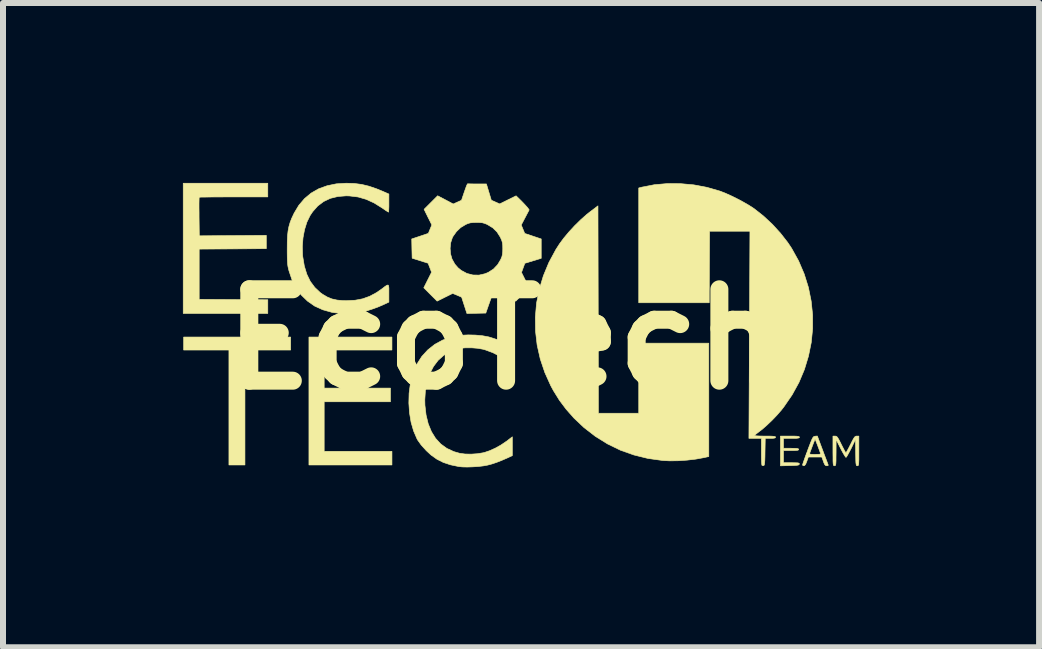
<source format=kicad_pcb>
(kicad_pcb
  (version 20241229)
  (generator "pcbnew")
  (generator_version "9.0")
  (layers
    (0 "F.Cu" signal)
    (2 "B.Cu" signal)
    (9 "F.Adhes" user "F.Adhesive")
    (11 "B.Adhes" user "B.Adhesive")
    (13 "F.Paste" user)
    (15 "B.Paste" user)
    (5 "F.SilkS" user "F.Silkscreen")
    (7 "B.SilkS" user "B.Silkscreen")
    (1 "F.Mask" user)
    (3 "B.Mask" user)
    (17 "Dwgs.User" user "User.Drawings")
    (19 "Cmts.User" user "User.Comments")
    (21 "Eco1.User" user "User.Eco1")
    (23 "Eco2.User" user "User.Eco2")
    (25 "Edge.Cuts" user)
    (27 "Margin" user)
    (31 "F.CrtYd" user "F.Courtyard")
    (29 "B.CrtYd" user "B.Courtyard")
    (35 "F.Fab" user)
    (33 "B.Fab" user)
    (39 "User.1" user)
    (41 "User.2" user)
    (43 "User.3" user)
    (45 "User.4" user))
  (footprint "EcoTech"
    (layer "F.Cu")
    (at 5.352 2.608)
    (property "Reference" "EcoTech" (at 0 0 0) (layer "F.SilkS") (effects (font (size 1.524 1.524) (thickness 0.3))))
    (attr through_hole)
    (fp_poly (pts (xy -3.556 0.178) (xy -4.318 0.178) (xy -4.318 2.095) (xy -4.585 2.095) (xy -4.585 0.178) (xy -5.34 0.178) (xy -5.34 -0.038) (xy -3.556 -0.038) (xy -3.556 0.178)) (stroke (width 0.01) (type solid)) (fill yes) (layer "F.SilkS"))
    (fp_poly (pts (xy -1.867 0.178) (xy -2.997 0.178) (xy -2.997 0.813) (xy -1.892 0.813) (xy -1.892 1.041) (xy -2.997 1.041) (xy -2.997 1.867) (xy -1.867 1.867) (xy -1.867 2.095) (xy -3.251 2.095) (xy -3.251 -0.038) (xy -1.867 -0.038) (xy -1.867 0.178)) (stroke (width 0.01) (type solid)) (fill yes) (layer "F.SilkS"))
    (fp_poly (pts (xy -3.937 -2.375) (xy -4.506 -2.375) (xy -4.624 -2.375) (xy -4.734 -2.374) (xy -4.833 -2.374) (xy -4.919 -2.373) (xy -4.989 -2.372) (xy -5.042 -2.372) (xy -5.073 -2.37) (xy -5.081 -2.37) (xy -5.082 -2.356) (xy -5.083 -2.32) (xy -5.084 -2.266) (xy -5.084 -2.197) (xy -5.083 -2.117) (xy -5.083 -2.045) (xy -5.079 -1.726) (xy -4.521 -1.73) (xy -3.962 -1.734) (xy -3.962 -1.623) (xy -3.962 -1.512) (xy -4.522 -1.508) (xy -5.081 -1.505) (xy -5.081 -0.667) (xy -3.937 -0.66) (xy -3.937 -0.432) (xy -5.347 -0.432) (xy -5.347 -2.603) (xy -3.937 -2.603) (xy -3.937 -2.375)) (stroke (width 0.01) (type solid)) (fill yes) (layer "F.SilkS"))
    (fp_poly (pts (xy 1.572 -0.497) (xy 1.575 1.232) (xy 2.248 1.232) (xy 2.248 0.064) (xy 3.416 0.064) (xy 3.416 1.954) (xy 3.331 1.973) (xy 3.199 1.997) (xy 3.054 2.014) (xy 2.905 2.024) (xy 2.762 2.026) (xy 2.648 2.02) (xy 2.403 1.986) (xy 2.167 1.928) (xy 1.942 1.848) (xy 1.728 1.744) (xy 1.525 1.618) (xy 1.334 1.47) (xy 1.168 1.313) (xy 1.038 1.166) (xy 0.926 1.017) (xy 0.826 0.856) (xy 0.782 0.775) (xy 0.682 0.553) (xy 0.606 0.327) (xy 0.554 0.096) (xy 0.527 -0.136) (xy 0.524 -0.37) (xy 0.544 -0.603) (xy 0.589 -0.833) (xy 0.658 -1.06) (xy 0.75 -1.282) (xy 0.866 -1.497) (xy 0.927 -1.592) (xy 0.998 -1.688) (xy 1.084 -1.791) (xy 1.181 -1.896) (xy 1.282 -1.995) (xy 1.382 -2.084) (xy 1.441 -2.13) (xy 1.568 -2.226) (xy 1.572 -0.497)) (stroke (width 0.01) (type solid)) (fill yes) (layer "F.SilkS"))
    (fp_poly (pts (xy 4.836 1.613) (xy 4.882 1.615) (xy 4.91 1.618) (xy 4.924 1.624) (xy 4.928 1.632) (xy 4.928 1.632) (xy 4.924 1.641) (xy 4.909 1.646) (xy 4.879 1.65) (xy 4.829 1.651) (xy 4.794 1.651) (xy 4.661 1.651) (xy 4.661 1.816) (xy 4.788 1.816) (xy 4.847 1.817) (xy 4.885 1.819) (xy 4.906 1.824) (xy 4.914 1.831) (xy 4.915 1.835) (xy 4.911 1.844) (xy 4.895 1.85) (xy 4.865 1.853) (xy 4.814 1.854) (xy 4.788 1.854) (xy 4.661 1.854) (xy 4.661 2.057) (xy 4.795 2.057) (xy 4.855 2.058) (xy 4.894 2.059) (xy 4.915 2.063) (xy 4.925 2.069) (xy 4.925 2.079) (xy 4.925 2.08) (xy 4.921 2.089) (xy 4.908 2.096) (xy 4.884 2.1) (xy 4.844 2.103) (xy 4.784 2.105) (xy 4.766 2.105) (xy 4.61 2.109) (xy 4.61 1.613) (xy 4.769 1.613) (xy 4.836 1.613)) (stroke (width 0.01) (type solid)) (fill yes) (layer "F.SilkS"))
    (fp_poly (pts (xy 5.315 1.85) (xy 5.342 1.923) (xy 5.367 1.988) (xy 5.387 2.041) (xy 5.401 2.079) (xy 5.408 2.097) (xy 5.408 2.098) (xy 5.401 2.106) (xy 5.383 2.108) (xy 5.364 2.104) (xy 5.349 2.088) (xy 5.334 2.056) (xy 5.327 2.035) (xy 5.3 1.962) (xy 5.076 1.962) (xy 5.05 2.035) (xy 5.032 2.08) (xy 5.014 2.103) (xy 5.001 2.108) (xy 4.982 2.101) (xy 4.979 2.092) (xy 4.984 2.076) (xy 4.996 2.04) (xy 5.014 1.988) (xy 5.037 1.924) (xy 5.044 1.907) (xy 5.097 1.907) (xy 5.105 1.913) (xy 5.127 1.917) (xy 5.169 1.918) (xy 5.188 1.918) (xy 5.237 1.917) (xy 5.266 1.915) (xy 5.278 1.909) (xy 5.279 1.9) (xy 5.277 1.895) (xy 5.269 1.874) (xy 5.255 1.835) (xy 5.237 1.787) (xy 5.23 1.768) (xy 5.212 1.722) (xy 5.198 1.687) (xy 5.189 1.668) (xy 5.187 1.667) (xy 5.181 1.68) (xy 5.169 1.711) (xy 5.152 1.754) (xy 5.145 1.772) (xy 5.127 1.821) (xy 5.111 1.863) (xy 5.101 1.891) (xy 5.099 1.895) (xy 5.097 1.907) (xy 5.044 1.907) (xy 5.064 1.852) (xy 5.065 1.848) (xy 5.095 1.769) (xy 5.118 1.71) (xy 5.135 1.669) (xy 5.148 1.643) (xy 5.16 1.627) (xy 5.171 1.619) (xy 5.184 1.616) (xy 5.189 1.615) (xy 5.226 1.612) (xy 5.315 1.85)) (stroke (width 0.01) (type solid)) (fill yes) (layer "F.SilkS"))
    (fp_poly (pts (xy 5.538 1.615) (xy 5.552 1.623) (xy 5.566 1.64) (xy 5.585 1.672) (xy 5.61 1.72) (xy 5.626 1.753) (xy 5.653 1.806) (xy 5.676 1.85) (xy 5.693 1.88) (xy 5.702 1.892) (xy 5.702 1.892) (xy 5.71 1.882) (xy 5.727 1.852) (xy 5.75 1.809) (xy 5.777 1.756) (xy 5.779 1.753) (xy 5.808 1.694) (xy 5.83 1.654) (xy 5.846 1.63) (xy 5.86 1.618) (xy 5.874 1.613) (xy 5.883 1.613) (xy 5.918 1.613) (xy 5.918 1.861) (xy 5.918 1.946) (xy 5.918 2.009) (xy 5.916 2.053) (xy 5.914 2.082) (xy 5.91 2.098) (xy 5.904 2.106) (xy 5.896 2.108) (xy 5.893 2.108) (xy 5.884 2.107) (xy 5.877 2.101) (xy 5.873 2.086) (xy 5.869 2.06) (xy 5.867 2.018) (xy 5.866 1.957) (xy 5.865 1.89) (xy 5.861 1.671) (xy 5.789 1.82) (xy 5.76 1.875) (xy 5.735 1.921) (xy 5.716 1.954) (xy 5.704 1.968) (xy 5.703 1.968) (xy 5.693 1.958) (xy 5.674 1.928) (xy 5.649 1.885) (xy 5.62 1.831) (xy 5.614 1.819) (xy 5.539 1.67) (xy 5.538 1.889) (xy 5.537 1.968) (xy 5.537 2.026) (xy 5.535 2.065) (xy 5.532 2.089) (xy 5.527 2.102) (xy 5.52 2.107) (xy 5.512 2.108) (xy 5.503 2.107) (xy 5.497 2.102) (xy 5.492 2.089) (xy 5.489 2.065) (xy 5.487 2.027) (xy 5.487 1.972) (xy 5.486 1.896) (xy 5.486 1.861) (xy 5.486 1.613) (xy 5.522 1.613) (xy 5.538 1.615)) (stroke (width 0.01) (type solid)) (fill yes) (layer "F.SilkS"))
    (fp_poly (pts (xy 2.944 -2.596) (xy 3.165 -2.576) (xy 3.383 -2.535) (xy 3.591 -2.475) (xy 3.593 -2.475) (xy 3.682 -2.441) (xy 3.783 -2.396) (xy 3.889 -2.344) (xy 3.994 -2.288) (xy 4.089 -2.233) (xy 4.169 -2.181) (xy 4.177 -2.175) (xy 4.329 -2.055) (xy 4.476 -1.918) (xy 4.612 -1.769) (xy 4.732 -1.615) (xy 4.797 -1.518) (xy 4.914 -1.307) (xy 5.007 -1.089) (xy 5.077 -0.865) (xy 5.123 -0.637) (xy 5.147 -0.407) (xy 5.147 -0.176) (xy 5.124 0.054) (xy 5.078 0.28) (xy 5.01 0.503) (xy 4.919 0.719) (xy 4.805 0.926) (xy 4.669 1.124) (xy 4.627 1.178) (xy 4.554 1.262) (xy 4.472 1.348) (xy 4.387 1.429) (xy 4.306 1.5) (xy 4.25 1.543) (xy 4.215 1.57) (xy 4.189 1.591) (xy 4.179 1.603) (xy 4.179 1.603) (xy 4.191 1.607) (xy 4.223 1.61) (xy 4.272 1.612) (xy 4.333 1.613) (xy 4.354 1.613) (xy 4.425 1.613) (xy 4.475 1.615) (xy 4.506 1.618) (xy 4.523 1.622) (xy 4.529 1.629) (xy 4.53 1.632) (xy 4.524 1.642) (xy 4.505 1.648) (xy 4.468 1.651) (xy 4.443 1.651) (xy 4.357 1.651) (xy 4.353 1.876) (xy 4.352 1.958) (xy 4.35 2.018) (xy 4.347 2.06) (xy 4.343 2.086) (xy 4.338 2.1) (xy 4.331 2.105) (xy 4.33 2.105) (xy 4.308 2.104) (xy 4.302 2.1) (xy 4.299 2.085) (xy 4.296 2.049) (xy 4.294 1.996) (xy 4.293 1.931) (xy 4.293 1.871) (xy 4.293 1.651) (xy 4.085 1.651) (xy 4.094 -0.076) (xy 4.102 -1.803) (xy 3.765 -1.803) (xy 3.429 -1.803) (xy 3.426 -1.292) (xy 3.425 -1.177) (xy 3.425 -1.066) (xy 3.424 -0.964) (xy 3.424 -0.873) (xy 3.423 -0.796) (xy 3.423 -0.738) (xy 3.423 -0.701) (xy 3.423 -0.695) (xy 3.423 -0.61) (xy 2.835 -0.61) (xy 2.248 -0.61) (xy 2.248 -2.524) (xy 2.302 -2.538) (xy 2.508 -2.578) (xy 2.723 -2.597) (xy 2.944 -2.596)) (stroke (width 0.01) (type solid)) (fill yes) (layer "F.SilkS"))
    (fp_poly (pts (xy -0.473 -0.071) (xy -0.357 -0.06) (xy -0.254 -0.041) (xy -0.251 -0.04) (xy -0.205 -0.026) (xy -0.147 -0.007) (xy -0.082 0.016) (xy -0.017 0.04) (xy 0.042 0.063) (xy 0.091 0.083) (xy 0.122 0.098) (xy 0.124 0.1) (xy 0.132 0.112) (xy 0.136 0.139) (xy 0.138 0.185) (xy 0.137 0.253) (xy 0.137 0.265) (xy 0.133 0.42) (xy 0.044 0.354) (xy -0.067 0.282) (xy -0.188 0.221) (xy -0.31 0.176) (xy -0.348 0.165) (xy -0.438 0.149) (xy -0.539 0.141) (xy -0.64 0.141) (xy -0.733 0.15) (xy -0.779 0.16) (xy -0.898 0.203) (xy -1.004 0.267) (xy -1.097 0.35) (xy -1.174 0.452) (xy -1.236 0.57) (xy -1.281 0.703) (xy -1.309 0.849) (xy -1.319 1.008) (xy -1.317 1.099) (xy -1.298 1.262) (xy -1.262 1.409) (xy -1.209 1.538) (xy -1.14 1.65) (xy -1.054 1.744) (xy -0.952 1.818) (xy -0.835 1.872) (xy -0.737 1.9) (xy -0.648 1.912) (xy -0.546 1.914) (xy -0.441 1.907) (xy -0.344 1.891) (xy -0.324 1.886) (xy -0.238 1.857) (xy -0.143 1.814) (xy -0.048 1.761) (xy 0.039 1.702) (xy 0.048 1.696) (xy 0.14 1.625) (xy 0.14 1.939) (xy 0.054 1.979) (xy -0.041 2.02) (xy -0.123 2.052) (xy -0.201 2.078) (xy -0.272 2.097) (xy -0.343 2.11) (xy -0.428 2.12) (xy -0.521 2.126) (xy -0.612 2.129) (xy -0.694 2.127) (xy -0.752 2.121) (xy -0.891 2.092) (xy -1.011 2.052) (xy -1.118 1.998) (xy -1.216 1.928) (xy -1.295 1.855) (xy -1.379 1.762) (xy -1.439 1.678) (xy -1.45 1.657) (xy -1.506 1.527) (xy -1.548 1.382) (xy -1.574 1.225) (xy -1.585 1.063) (xy -1.581 0.9) (xy -1.56 0.74) (xy -1.524 0.59) (xy -1.513 0.555) (xy -1.45 0.412) (xy -1.369 0.285) (xy -1.269 0.176) (xy -1.153 0.084) (xy -1.021 0.012) (xy -0.875 -0.039) (xy -0.816 -0.053) (xy -0.712 -0.068) (xy -0.595 -0.074) (xy -0.473 -0.071)) (stroke (width 0.01) (type solid)) (fill yes) (layer "F.SilkS"))
    (fp_poly (pts (xy -2.495 -2.599) (xy -2.372 -2.583) (xy -2.252 -2.554) (xy -2.126 -2.511) (xy -2.035 -2.474) (xy -1.918 -2.423) (xy -1.918 -2.272) (xy -1.918 -2.213) (xy -1.92 -2.165) (xy -1.922 -2.133) (xy -1.924 -2.121) (xy -1.924 -2.121) (xy -1.937 -2.128) (xy -1.966 -2.146) (xy -2.005 -2.173) (xy -2.031 -2.191) (xy -2.166 -2.275) (xy -2.298 -2.335) (xy -2.433 -2.374) (xy -2.573 -2.391) (xy -2.629 -2.393) (xy -2.768 -2.382) (xy -2.894 -2.351) (xy -3.006 -2.298) (xy -3.104 -2.224) (xy -3.189 -2.128) (xy -3.232 -2.064) (xy -3.285 -1.955) (xy -3.324 -1.83) (xy -3.35 -1.693) (xy -3.361 -1.549) (xy -3.357 -1.405) (xy -3.354 -1.378) (xy -3.328 -1.222) (xy -3.286 -1.085) (xy -3.229 -0.967) (xy -3.154 -0.866) (xy -3.063 -0.78) (xy -3.021 -0.75) (xy -2.944 -0.705) (xy -2.868 -0.674) (xy -2.784 -0.655) (xy -2.687 -0.646) (xy -2.623 -0.645) (xy -2.482 -0.652) (xy -2.355 -0.676) (xy -2.238 -0.718) (xy -2.123 -0.78) (xy -2.027 -0.847) (xy -1.982 -0.882) (xy -1.951 -0.902) (xy -1.932 -0.906) (xy -1.922 -0.891) (xy -1.918 -0.856) (xy -1.918 -0.799) (xy -1.918 -0.769) (xy -1.918 -0.621) (xy -2.012 -0.577) (xy -2.103 -0.538) (xy -2.2 -0.503) (xy -2.295 -0.473) (xy -2.38 -0.451) (xy -2.413 -0.445) (xy -2.481 -0.438) (xy -2.563 -0.434) (xy -2.653 -0.434) (xy -2.741 -0.437) (xy -2.819 -0.443) (xy -2.87 -0.451) (xy -3.02 -0.493) (xy -3.156 -0.555) (xy -3.275 -0.638) (xy -3.379 -0.739) (xy -3.466 -0.859) (xy -3.535 -0.997) (xy -3.584 -1.143) (xy -3.594 -1.183) (xy -3.602 -1.221) (xy -3.607 -1.262) (xy -3.61 -1.31) (xy -3.612 -1.37) (xy -3.613 -1.448) (xy -3.613 -1.511) (xy -3.612 -1.628) (xy -3.608 -1.725) (xy -3.599 -1.807) (xy -3.585 -1.88) (xy -3.565 -1.949) (xy -3.538 -2.019) (xy -3.502 -2.095) (xy -3.498 -2.104) (xy -3.42 -2.234) (xy -3.325 -2.346) (xy -3.215 -2.438) (xy -3.089 -2.51) (xy -2.948 -2.561) (xy -2.794 -2.593) (xy -2.628 -2.603) (xy -2.495 -2.599)) (stroke (width 0.01) (type solid)) (fill yes) (layer "F.SilkS"))
    (fp_poly (pts (xy -0.59 -2.593) (xy -0.555 -2.592) (xy -0.504 -2.591) (xy -0.445 -2.591) (xy -0.292 -2.591) (xy -0.251 -2.455) (xy -0.21 -2.32) (xy -0.14 -2.289) (xy -0.07 -2.258) (xy 0.067 -2.326) (xy 0.203 -2.393) (xy 0.287 -2.311) (xy 0.327 -2.27) (xy 0.363 -2.231) (xy 0.389 -2.202) (xy 0.396 -2.194) (xy 0.421 -2.159) (xy 0.355 -2.033) (xy 0.289 -1.907) (xy 0.318 -1.836) (xy 0.347 -1.766) (xy 0.485 -1.72) (xy 0.622 -1.674) (xy 0.622 -1.351) (xy 0.349 -1.268) (xy 0.321 -1.192) (xy 0.293 -1.115) (xy 0.357 -0.987) (xy 0.421 -0.86) (xy 0.197 -0.636) (xy 0.069 -0.701) (xy -0.06 -0.767) (xy -0.135 -0.735) (xy -0.209 -0.702) (xy -0.256 -0.57) (xy -0.302 -0.438) (xy -0.617 -0.431) (xy -0.661 -0.567) (xy -0.705 -0.703) (xy -0.779 -0.735) (xy -0.854 -0.766) (xy -0.984 -0.702) (xy -1.114 -0.637) (xy -1.225 -0.748) (xy -1.336 -0.86) (xy -1.206 -1.119) (xy -1.235 -1.194) (xy -1.264 -1.269) (xy -1.53 -1.353) (xy -1.534 -1.514) (xy -1.534 -1.517) (xy -0.897 -1.517) (xy -0.89 -1.425) (xy -0.866 -1.341) (xy -0.862 -1.333) (xy -0.818 -1.254) (xy -0.765 -1.193) (xy -0.711 -1.149) (xy -0.618 -1.099) (xy -0.518 -1.073) (xy -0.416 -1.071) (xy -0.315 -1.094) (xy -0.262 -1.116) (xy -0.174 -1.172) (xy -0.104 -1.246) (xy -0.053 -1.332) (xy -0.035 -1.374) (xy -0.025 -1.414) (xy -0.02 -1.462) (xy -0.019 -1.512) (xy -0.02 -1.569) (xy -0.025 -1.611) (xy -0.036 -1.649) (xy -0.055 -1.692) (xy -0.061 -1.705) (xy -0.115 -1.79) (xy -0.185 -1.859) (xy -0.274 -1.913) (xy -0.279 -1.916) (xy -0.321 -1.933) (xy -0.361 -1.944) (xy -0.408 -1.948) (xy -0.457 -1.949) (xy -0.518 -1.947) (xy -0.563 -1.942) (xy -0.603 -1.93) (xy -0.637 -1.915) (xy -0.72 -1.865) (xy -0.792 -1.796) (xy -0.849 -1.716) (xy -0.861 -1.692) (xy -0.888 -1.609) (xy -0.897 -1.517) (xy -1.534 -1.517) (xy -1.537 -1.674) (xy -1.399 -1.72) (xy -1.26 -1.767) (xy -1.202 -1.908) (xy -1.267 -2.038) (xy -1.331 -2.168) (xy -1.218 -2.281) (xy -1.105 -2.394) (xy -0.975 -2.326) (xy -0.845 -2.257) (xy -0.776 -2.288) (xy -0.707 -2.319) (xy -0.66 -2.458) (xy -0.641 -2.512) (xy -0.625 -2.556) (xy -0.612 -2.585) (xy -0.605 -2.594) (xy -0.59 -2.593)) (stroke (width 0.01) (type solid)) (fill yes) (layer "F.SilkS")))
  (gr_rect
    (start -3 -3)
    (end 14.275 7.742)
    (stroke (width 0.1) (type default))
    (fill no)
    (layer "Edge.Cuts")))
</source>
